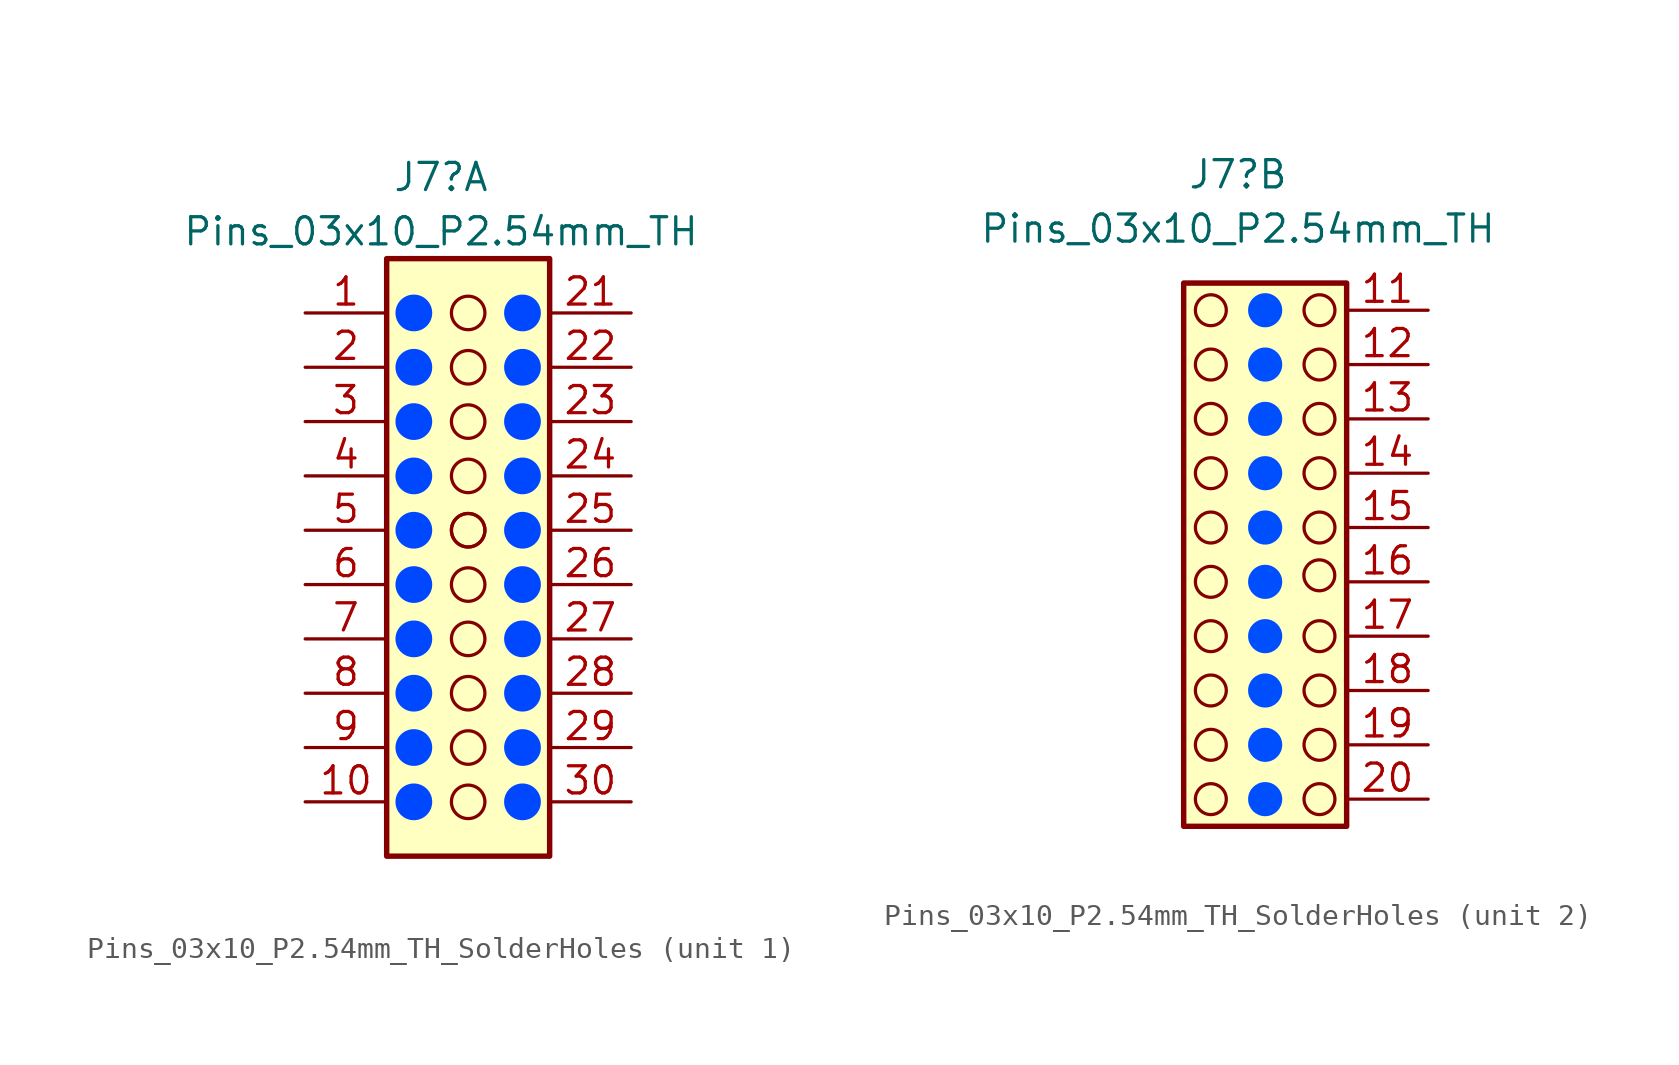
<source format=kicad_sym>
(kicad_symbol_lib
  (version 20220914)
  (generator kicad_symbol_editor)
  (symbol "Pins_03x10_P2.54mm_TH_SolderHoles"
    (pin_names
      (offset 1.016) hide)
    (property "Reference" "J7"
      (at 0 17.78 0)
      (effects (font (size 1.27 1.27))))
    (property "Value" "Pins_03x10_P2.54mm_TH"
      (at 0 15.24 0)
      (effects (font (size 1.27 1.27))))
    (property "ki_locked" ""
      (at 0 0 0)
      (effects (font (size 1.27 1.27))))
    (symbol "Pins_03x10_P2.54mm_TH_SolderHoles_1_1"
      (rectangle (start -2.54 13.97) (end 5.08 -13.97) (stroke (width 0.254) (type default)) (fill (type background)))
      (circle (center -1.27 -11.43) (radius 0.783) (stroke (width 0) (type default) (color 0 72 255 1)) (fill (type outline)))
      (circle (center -1.27 -8.89) (radius 0.783) (stroke (width 0) (type default) (color 0 72 255 1)) (fill (type outline)))
      (circle (center -1.27 -6.35) (radius 0.783) (stroke (width 0) (type default) (color 0 72 255 1)) (fill (type outline)))
      (circle (center -1.27 -3.81) (radius 0.783) (stroke (width 0) (type default) (color 0 72 255 1)) (fill (type outline)))
      (circle (center -1.27 -1.27) (radius 0.783) (stroke (width 0) (type default) (color 0 72 255 1)) (fill (type outline)))
      (circle (center -1.27 1.27) (radius 0.783) (stroke (width 0) (type default) (color 0 72 255 1)) (fill (type outline)))
      (circle (center -1.27 3.81) (radius 0.783) (stroke (width 0) (type default) (color 0 72 255 1)) (fill (type outline)))
      (circle (center -1.27 6.35) (radius 0.783) (stroke (width 0) (type default) (color 0 72 255 1)) (fill (type outline)))
      (circle (center -1.27 8.89) (radius 0.783) (stroke (width 0) (type default) (color 0 72 255 1)) (fill (type outline)))
      (circle (center -1.27 11.43) (radius 0.783) (stroke (width 0) (type default) (color 0 72 255 1)) (fill (type outline)))
      (circle (center 1.27 -11.43) (radius 0.783) (stroke (width 0) (type default)) (fill (type none)))
      (circle (center 1.27 -8.89) (radius 0.783) (stroke (width 0) (type default)) (fill (type none)))
      (circle (center 1.27 -6.35) (radius 0.783) (stroke (width 0) (type default)) (fill (type none)))
      (circle (center 1.27 -3.81) (radius 0.783) (stroke (width 0) (type default)) (fill (type none)))
      (circle (center 1.27 -1.27) (radius 0.783) (stroke (width 0) (type default)) (fill (type none)))
      (circle (center 1.27 1.27) (radius 0.783) (stroke (width 0) (type default)) (fill (type none)))
      (circle (center 1.27 1.27) (radius 0.783) (stroke (width 0) (type default)) (fill (type none)))
      (circle (center 1.27 3.81) (radius 0.783) (stroke (width 0) (type default)) (fill (type none)))
      (circle (center 1.27 6.35) (radius 0.783) (stroke (width 0) (type default)) (fill (type none)))
      (circle (center 1.27 8.89) (radius 0.783) (stroke (width 0) (type default)) (fill (type none)))
      (circle (center 1.27 11.43) (radius 0.783) (stroke (width 0) (type default)) (fill (type none)))
      (circle (center 3.81 -11.43) (radius 0.783) (stroke (width 0) (type default) (color 0 72 255 1)) (fill (type outline)))
      (circle (center 3.81 -8.89) (radius 0.783) (stroke (width 0) (type default) (color 0 72 255 1)) (fill (type outline)))
      (circle (center 3.81 -6.35) (radius 0.783) (stroke (width 0) (type default) (color 0 72 255 1)) (fill (type outline)))
      (circle (center 3.81 -3.81) (radius 0.783) (stroke (width 0) (type default) (color 0 72 255 1)) (fill (type outline)))
      (circle (center 3.81 -1.27) (radius 0.783) (stroke (width 0) (type default) (color 0 72 255 1)) (fill (type outline)))
      (circle (center 3.81 1.27) (radius 0.783) (stroke (width 0) (type default) (color 0 72 255 1)) (fill (type outline)))
      (circle (center 3.81 3.81) (radius 0.783) (stroke (width 0) (type default) (color 0 72 255 1)) (fill (type outline)))
      (circle (center 3.81 6.35) (radius 0.783) (stroke (width 0) (type default) (color 0 72 255 1)) (fill (type outline)))
      (circle (center 3.81 8.89) (radius 0.783) (stroke (width 0) (type default) (color 0 72 255 1)) (fill (type outline)))
      (circle (center 3.81 11.43) (radius 0.783) (stroke (width 0) (type default) (color 0 72 255 1)) (fill (type outline)))
      (pin passive line (at -6.35 11.43 0) (length 3.81) (name "1" (effects (font (size 1.27 1.27)))) (number "1" (effects (font (size 1.27 1.27)))))
      (pin passive line (at -6.35 -11.43 0) (length 3.81) (name "10" (effects (font (size 1.27 1.27)))) (number "10" (effects (font (size 1.27 1.27)))))
      (pin passive line (at -6.35 8.89 0) (length 3.81) (name "2" (effects (font (size 1.27 1.27)))) (number "2" (effects (font (size 1.27 1.27)))))
      (pin passive line (at 8.89 11.43 180) (length 3.81) (name "21" (effects (font (size 1.27 1.27)))) (number "21" (effects (font (size 1.27 1.27)))))
      (pin passive line (at 8.89 8.89 180) (length 3.81) (name "22" (effects (font (size 1.27 1.27)))) (number "22" (effects (font (size 1.27 1.27)))))
      (pin passive line (at 8.89 6.35 180) (length 3.81) (name "23" (effects (font (size 1.27 1.27)))) (number "23" (effects (font (size 1.27 1.27)))))
      (pin passive line (at 8.89 3.81 180) (length 3.81) (name "24" (effects (font (size 1.27 1.27)))) (number "24" (effects (font (size 1.27 1.27)))))
      (pin passive line (at 8.89 1.27 180) (length 3.81) (name "25" (effects (font (size 1.27 1.27)))) (number "25" (effects (font (size 1.27 1.27)))))
      (pin passive line (at 8.89 -1.27 180) (length 3.81) (name "26" (effects (font (size 1.27 1.27)))) (number "26" (effects (font (size 1.27 1.27)))))
      (pin passive line (at 8.89 -3.81 180) (length 3.81) (name "27" (effects (font (size 1.27 1.27)))) (number "27" (effects (font (size 1.27 1.27)))))
      (pin passive line (at 8.89 -6.35 180) (length 3.81) (name "28" (effects (font (size 1.27 1.27)))) (number "28" (effects (font (size 1.27 1.27)))))
      (pin passive line (at 8.89 -8.89 180) (length 3.81) (name "29" (effects (font (size 1.27 1.27)))) (number "29" (effects (font (size 1.27 1.27)))))
      (pin passive line (at -6.35 6.35 0) (length 3.81) (name "3" (effects (font (size 1.27 1.27)))) (number "3" (effects (font (size 1.27 1.27)))))
      (pin passive line (at 8.89 -11.43 180) (length 3.81) (name "30" (effects (font (size 1.27 1.27)))) (number "30" (effects (font (size 1.27 1.27)))))
      (pin passive line (at -6.35 3.81 0) (length 3.81) (name "4" (effects (font (size 1.27 1.27)))) (number "4" (effects (font (size 1.27 1.27)))))
      (pin passive line (at -6.35 1.27 0) (length 3.81) (name "5" (effects (font (size 1.27 1.27)))) (number "5" (effects (font (size 1.27 1.27)))))
      (pin passive line (at -6.35 -1.27 0) (length 3.81) (name "6" (effects (font (size 1.27 1.27)))) (number "6" (effects (font (size 1.27 1.27)))))
      (pin passive line (at -6.35 -3.81 0) (length 3.81) (name "7" (effects (font (size 1.27 1.27)))) (number "7" (effects (font (size 1.27 1.27)))))
      (pin passive line (at -6.35 -6.35 0) (length 3.81) (name "8" (effects (font (size 1.27 1.27)))) (number "8" (effects (font (size 1.27 1.27)))))
      (pin passive line (at -6.35 -8.89 0) (length 3.81) (name "9" (effects (font (size 1.27 1.27)))) (number "9" (effects (font (size 1.27 1.27))))))
    (symbol "Pins_03x10_P2.54mm_TH_SolderHoles_2_1"
      (rectangle (start -2.54 12.7) (end 5.08 -12.7) (stroke (width 0.254) (type default)) (fill (type background)))
      (circle (center -1.27 -11.43) (radius 0.722) (stroke (width 0) (type default)) (fill (type none)))
      (circle (center -1.27 -8.89) (radius 0.722) (stroke (width 0) (type default)) (fill (type none)))
      (circle (center -1.27 -6.35) (radius 0.722) (stroke (width 0) (type default)) (fill (type none)))
      (circle (center -1.27 -3.81) (radius 0.722) (stroke (width 0) (type default)) (fill (type none)))
      (circle (center -1.27 -1.27) (radius 0.722) (stroke (width 0) (type default)) (fill (type none)))
      (circle (center -1.27 1.27) (radius 0.722) (stroke (width 0) (type default)) (fill (type none)))
      (circle (center -1.27 3.81) (radius 0.722) (stroke (width 0) (type default)) (fill (type none)))
      (circle (center -1.27 6.35) (radius 0.722) (stroke (width 0) (type default)) (fill (type none)))
      (circle (center -1.27 8.89) (radius 0.722) (stroke (width 0) (type default)) (fill (type none)))
      (circle (center -1.27 11.43) (radius 0.722) (stroke (width 0) (type default)) (fill (type none)))
      (circle (center 1.27 -11.43) (radius 0.722) (stroke (width 0) (type default) (color 0 79 255 1)) (fill (type outline)))
      (circle (center 1.27 -8.89) (radius 0.722) (stroke (width 0) (type default) (color 0 79 255 1)) (fill (type outline)))
      (circle (center 1.27 -6.35) (radius 0.722) (stroke (width 0) (type default) (color 0 79 255 1)) (fill (type outline)))
      (circle (center 1.27 -3.81) (radius 0.722) (stroke (width 0) (type default) (color 0 79 255 1)) (fill (type outline)))
      (circle (center 1.27 -1.27) (radius 0.722) (stroke (width 0) (type default) (color 0 79 255 1)) (fill (type outline)))
      (circle (center 1.27 1.27) (radius 0.722) (stroke (width 0) (type default) (color 0 79 255 1)) (fill (type outline)))
      (circle (center 1.27 3.81) (radius 0.722) (stroke (width 0) (type default) (color 0 79 255 1)) (fill (type outline)))
      (circle (center 1.27 6.35) (radius 0.722) (stroke (width 0) (type default) (color 0 79 255 1)) (fill (type outline)))
      (circle (center 1.27 8.89) (radius 0.722) (stroke (width 0) (type default) (color 0 79 255 1)) (fill (type outline)))
      (circle (center 1.27 11.43) (radius 0.722) (stroke (width 0) (type default) (color 0 79 255 1)) (fill (type outline)))
      (circle (center 3.802 -0.965) (radius 0.722) (stroke (width 0) (type default)) (fill (type none)))
      (circle (center 3.81 -11.43) (radius 0.722) (stroke (width 0) (type default)) (fill (type none)))
      (circle (center 3.81 -8.89) (radius 0.722) (stroke (width 0) (type default)) (fill (type none)))
      (circle (center 3.81 -6.35) (radius 0.722) (stroke (width 0) (type default)) (fill (type none)))
      (circle (center 3.81 -3.81) (radius 0.722) (stroke (width 0) (type default)) (fill (type none)))
      (circle (center 3.81 1.27) (radius 0.722) (stroke (width 0) (type default)) (fill (type none)))
      (circle (center 3.81 3.81) (radius 0.722) (stroke (width 0) (type default)) (fill (type none)))
      (circle (center 3.81 6.35) (radius 0.722) (stroke (width 0) (type default)) (fill (type none)))
      (circle (center 3.81 8.89) (radius 0.722) (stroke (width 0) (type default)) (fill (type none)))
      (circle (center 3.81 11.43) (radius 0.722) (stroke (width 0) (type default)) (fill (type none)))
      (pin passive line (at 8.89 11.43 180) (length 3.81) (name "11" (effects (font (size 1.27 1.27)))) (number "11" (effects (font (size 1.27 1.27)))))
      (pin passive line (at 8.89 8.89 180) (length 3.81) (name "12" (effects (font (size 1.27 1.27)))) (number "12" (effects (font (size 1.27 1.27)))))
      (pin passive line (at 8.89 6.35 180) (length 3.81) (name "13" (effects (font (size 1.27 1.27)))) (number "13" (effects (font (size 1.27 1.27)))))
      (pin passive line (at 8.89 3.81 180) (length 3.81) (name "14" (effects (font (size 1.27 1.27)))) (number "14" (effects (font (size 1.27 1.27)))))
      (pin passive line (at 8.89 1.27 180) (length 3.81) (name "15" (effects (font (size 1.27 1.27)))) (number "15" (effects (font (size 1.27 1.27)))))
      (pin passive line (at 8.89 -1.27 180) (length 3.81) (name "16" (effects (font (size 1.27 1.27)))) (number "16" (effects (font (size 1.27 1.27)))))
      (pin passive line (at 8.89 -3.81 180) (length 3.81) (name "17" (effects (font (size 1.27 1.27)))) (number "17" (effects (font (size 1.27 1.27)))))
      (pin passive line (at 8.89 -6.35 180) (length 3.81) (name "18" (effects (font (size 1.27 1.27)))) (number "18" (effects (font (size 1.27 1.27)))))
      (pin passive line (at 8.89 -8.89 180) (length 3.81) (name "19" (effects (font (size 1.27 1.27)))) (number "19" (effects (font (size 1.27 1.27)))))
      (pin passive line (at 8.89 -11.43 180) (length 3.81) (name "20" (effects (font (size 1.27 1.27)))) (number "20" (effects (font (size 1.27 1.27))))))))
</source>
